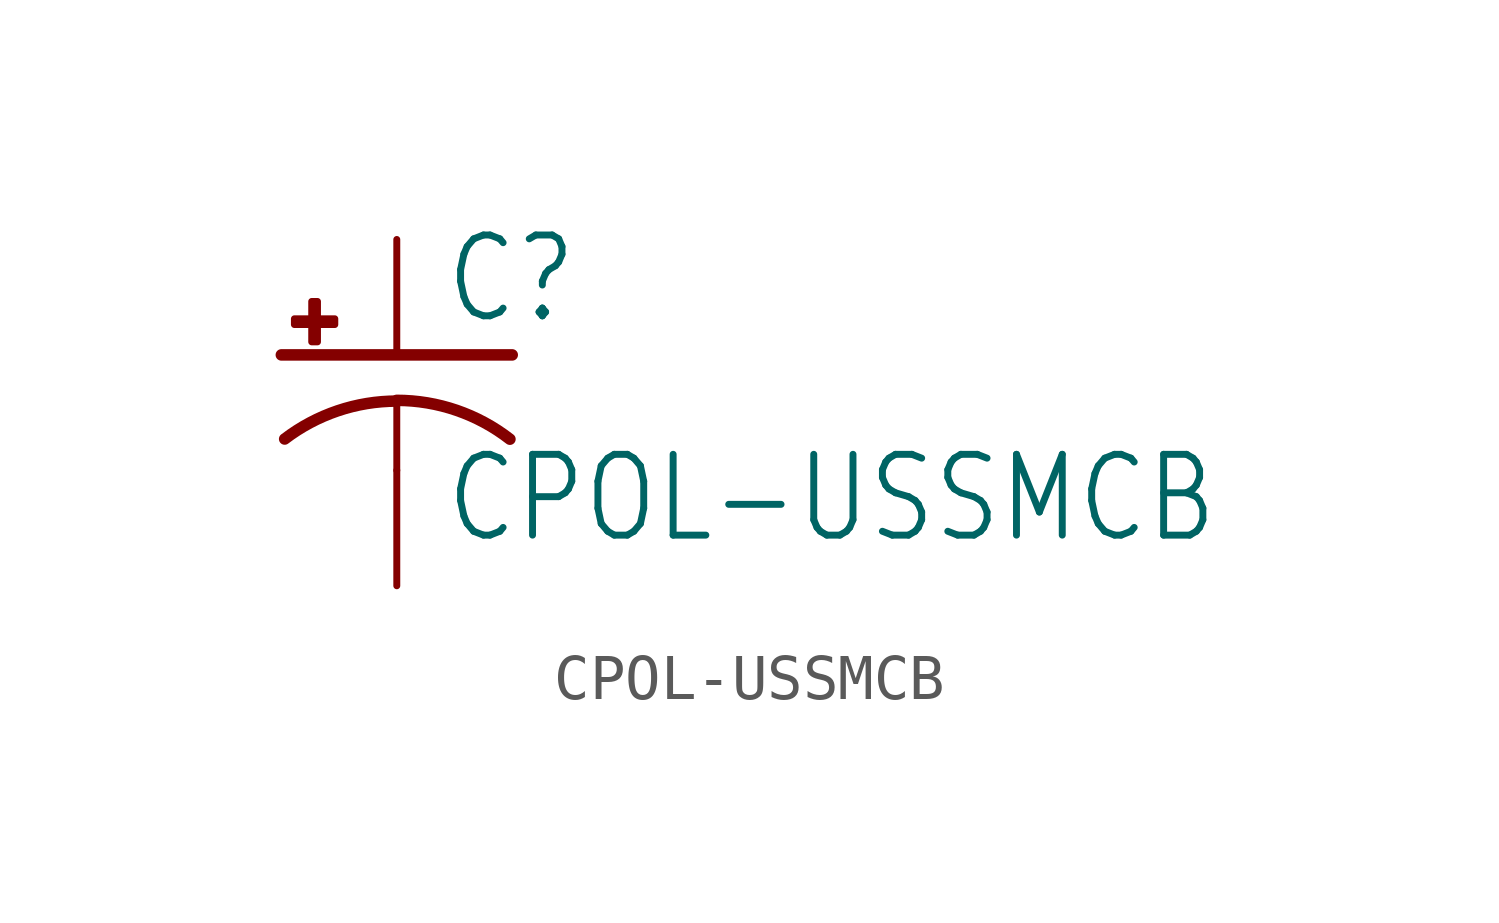
<source format=kicad_sym>
(kicad_symbol_lib
  (version 20211014)
  (generator kicad_symbol_editor)
  (symbol "CPOL-USSMCB"
    (property "Reference" "C"
      (at 1.016 0.635 0)
      (effects (font (size 1.778 1.511)) (justify left bottom)))
    (property "Value" "CPOL-USSMCB"
      (at 1.016 -4.191 0)
      (effects (font (size 1.778 1.511)) (justify left bottom)))
    (property "ki_locked" ""
      (at 0 0 0)
      (effects (font (size 1.27 1.27))))
    (symbol "CPOL-USSMCB_1_0"
      (rectangle (start -2.253 0.668) (end -1.364 0.795) (stroke (width 0) (type default) (color 0 0 0 0)) (fill (type outline)))
      (rectangle (start -1.872 0.287) (end -1.745 1.176) (stroke (width 0) (type default) (color 0 0 0 0)) (fill (type outline)))
      (arc (start 0 -1.0161) (mid -1.3021 -1.2302) (end -2.4669 -1.8504) (stroke (width 0.254) (type default) (color 0 0 0 0)) (fill (type none)))
      (polyline (pts (xy -2.54 0) (xy 2.54 0)) (stroke (width 0.254) (type default) (color 0 0 0 0)) (fill (type none)))
      (polyline (pts (xy 0 -1.016) (xy 0 -2.54)) (stroke (width 0.152) (type default) (color 0 0 0 0)) (fill (type none)))
      (arc (start 2.4892 -1.8542) (mid 1.3158 -1.2195) (end 0 -1) (stroke (width 0.254) (type default) (color 0 0 0 0)) (fill (type none)))
      (pin passive line (at 0 2.54 270) (length 2.54) (name "+" (effects (font (size 0 0)))) (number "+" (effects (font (size 0 0)))))
      (pin passive line (at 0 -5.08 90) (length 2.54) (name "-" (effects (font (size 0 0)))) (number "-" (effects (font (size 0 0))))))))
</source>
